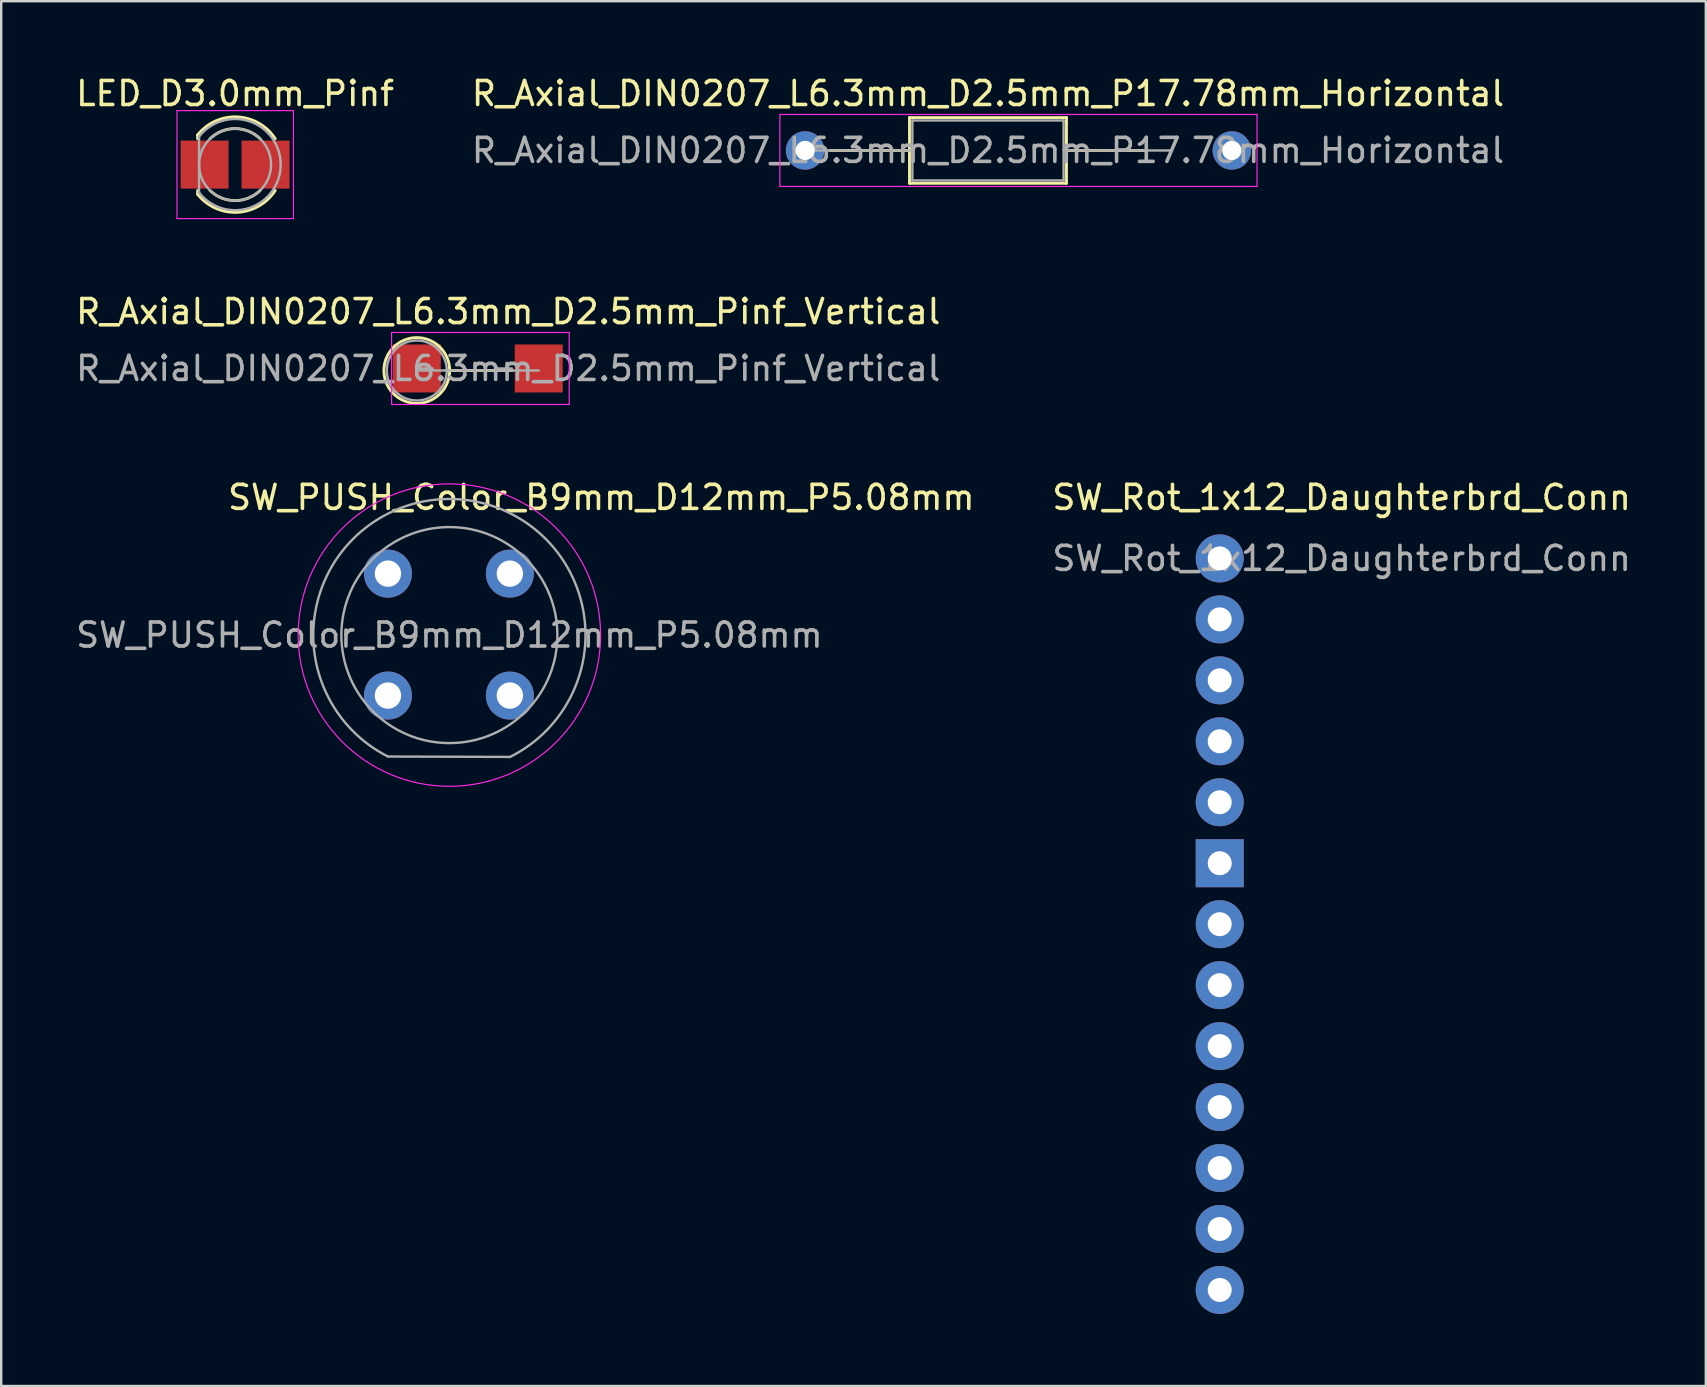
<source format=kicad_pcb>
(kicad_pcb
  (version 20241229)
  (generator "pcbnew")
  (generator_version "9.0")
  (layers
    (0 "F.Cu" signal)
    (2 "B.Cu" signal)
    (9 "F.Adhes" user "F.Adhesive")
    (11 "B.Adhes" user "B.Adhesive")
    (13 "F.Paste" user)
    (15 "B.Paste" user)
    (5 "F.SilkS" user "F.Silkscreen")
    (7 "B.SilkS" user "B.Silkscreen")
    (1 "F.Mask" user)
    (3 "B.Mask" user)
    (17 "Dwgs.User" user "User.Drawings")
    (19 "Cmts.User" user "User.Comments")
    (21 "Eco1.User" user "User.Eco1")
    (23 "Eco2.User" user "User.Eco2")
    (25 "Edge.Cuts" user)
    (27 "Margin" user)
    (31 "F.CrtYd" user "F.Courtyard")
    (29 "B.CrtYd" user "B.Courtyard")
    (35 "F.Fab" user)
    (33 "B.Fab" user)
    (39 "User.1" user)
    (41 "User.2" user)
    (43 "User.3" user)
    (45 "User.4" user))
  (footprint "SW_Rot_1x12_Daughterbrd_Conn"
    (layer "F.Cu")
    (at 47.768 35.455)
    (property "Reference" "SW_Rot_1x12_Daughterbrd_Conn" (at 5.08 -17.78 0) (unlocked yes) (layer "F.SilkS") (effects (font (size 1 1) (thickness 0.15))))
    (attr through_hole)
    (fp_text user "${REFERENCE}" (at 5.08 -15.24 0) (unlocked yes) (layer "F.Fab") (effects (font (size 1 1) (thickness 0.15))))
    (pad "1" thru_hole rect (at 0 -2.54) (size 2 2) (drill 1) (layers "*.Cu" "*.Mask"))
    (pad "2" thru_hole circle (at 0 -5.08) (size 2 2) (drill 1) (layers "*.Cu" "*.Mask"))
    (pad "3" thru_hole circle (at 0 -7.62) (size 2 2) (drill 1) (layers "*.Cu" "*.Mask"))
    (pad "4" thru_hole circle (at 0 -10.16) (size 2 2) (drill 1) (layers "*.Cu" "*.Mask"))
    (pad "5" thru_hole circle (at 0 -12.7) (size 2 2) (drill 1) (layers "*.Cu" "*.Mask"))
    (pad "6" thru_hole circle (at 0 -15.24) (size 2 2) (drill 1) (layers "*.Cu" "*.Mask"))
    (pad "7" thru_hole circle (at 0 15.24) (size 2 2) (drill 1) (layers "*.Cu" "*.Mask"))
    (pad "8" thru_hole circle (at 0 12.7) (size 2 2) (drill 1) (layers "*.Cu" "*.Mask"))
    (pad "9" thru_hole circle (at 0 10.16) (size 2 2) (drill 1) (layers "*.Cu" "*.Mask"))
    (pad "10" thru_hole circle (at 0 7.62) (size 2 2) (drill 1) (layers "*.Cu" "*.Mask"))
    (pad "11" thru_hole circle (at 0 5.08) (size 2 2) (drill 1) (layers "*.Cu" "*.Mask"))
    (pad "12" thru_hole circle (at 0 2.54) (size 2 2) (drill 1) (layers "*.Cu" "*.Mask"))
    (pad "13" thru_hole circle (at 0 0) (size 2 2) (drill 1) (layers "*.Cu" "*.Mask")))
  (footprint "SW_PUSH_Color_B9mm_D12mm_P5.08mm"
    (layer "F.Cu")
    (at 13.113 20.85)
    (property "Reference" "SW_PUSH_Color_B9mm_D12mm_P5.08mm" (at 8.89 -3.175 0) (layer "F.SilkS") (effects (font (size 1 1) (thickness 0.15))))
    (attr through_hole)
    (fp_circle (center 2.56 2.56) (end 8.86 2.56) (stroke (width 0.05) (type solid)) (fill no) (layer "F.CrtYd"))
    (fp_line (start 0 7.62) (end 5.088 7.636) (stroke (width 0.1) (type solid)) (layer "F.Fab"))
    (fp_arc (start 0 7.619999) (mid 2.577903 -3.110703) (end 5.087999 7.636062) (stroke (width 0.1) (type solid)) (layer "F.Fab"))
    (fp_circle (center 2.56 2.56) (end 7.06 2.56) (stroke (width 0.1) (type solid)) (fill no) (layer "F.Fab"))
    (fp_text user "${REFERENCE}" (at 2.56 2.56 0) (layer "F.Fab") (effects (font (size 1 1) (thickness 0.15))))
    (pad "1" thru_hole circle (at 0 0 90) (size 2 2) (drill 1.1) (layers "*.Cu" "*.Mask"))
    (pad "1" thru_hole circle (at 0 5.08 90) (size 2 2) (drill 1.1) (layers "*.Cu" "*.Mask"))
    (pad "2" thru_hole circle (at 5.08 0 90) (size 2 2) (drill 1.1) (layers "*.Cu" "*.Mask"))
    (pad "2" thru_hole circle (at 5.08 5.08 180) (size 2 2) (drill 1.1) (layers "*.Cu" "*.Mask")))
  (footprint "R_Axial_DIN0207_L6.3mm_D2.5mm_P17.78mm_Horizontal"
    (layer "F.Cu")
    (at 30.493 3.218)
    (property "Reference" "R_Axial_DIN0207_L6.3mm_D2.5mm_P17.78mm_Horizontal" (at 7.62 -2.37 0) (layer "F.SilkS") (effects (font (size 1 1) (thickness 0.15))))
    (attr through_hole)
    (fp_line (start 1.04 0) (end 4.35 0) (stroke (width 0.12) (type solid)) (layer "F.SilkS"))
    (fp_line (start 4.35 -1.37) (end 4.35 1.37) (stroke (width 0.12) (type solid)) (layer "F.SilkS"))
    (fp_line (start 4.35 1.37) (end 10.89 1.37) (stroke (width 0.12) (type solid)) (layer "F.SilkS"))
    (fp_line (start 10.89 -1.37) (end 4.35 -1.37) (stroke (width 0.12) (type solid)) (layer "F.SilkS"))
    (fp_line (start 10.89 1.37) (end 10.89 -1.37) (stroke (width 0.12) (type solid)) (layer "F.SilkS"))
    (fp_line (start 14.2 0) (end 10.89 0) (stroke (width 0.12) (type solid)) (layer "F.SilkS"))
    (fp_line (start -1.05 -1.5) (end -1.05 1.5) (stroke (width 0.05) (type solid)) (layer "F.CrtYd"))
    (fp_line (start -1.05 1.5) (end 18.83 1.5) (stroke (width 0.05) (type solid)) (layer "F.CrtYd"))
    (fp_line (start 18.83 -1.5) (end -1.05 -1.5) (stroke (width 0.05) (type solid)) (layer "F.CrtYd"))
    (fp_line (start 18.83 1.5) (end 18.83 -1.5) (stroke (width 0.05) (type solid)) (layer "F.CrtYd"))
    (fp_line (start 0 0) (end 4.47 0) (stroke (width 0.1) (type solid)) (layer "F.Fab"))
    (fp_line (start 4.47 -1.25) (end 4.47 1.25) (stroke (width 0.1) (type solid)) (layer "F.Fab"))
    (fp_line (start 4.47 1.25) (end 10.77 1.25) (stroke (width 0.1) (type solid)) (layer "F.Fab"))
    (fp_line (start 10.77 -1.25) (end 4.47 -1.25) (stroke (width 0.1) (type solid)) (layer "F.Fab"))
    (fp_line (start 10.77 1.25) (end 10.77 -1.25) (stroke (width 0.1) (type solid)) (layer "F.Fab"))
    (fp_line (start 15.24 0) (end 10.77 0) (stroke (width 0.1) (type solid)) (layer "F.Fab"))
    (fp_text user "${REFERENCE}" (at 7.62 0 0) (layer "F.Fab") (effects (font (size 1 1) (thickness 0.15))))
    (pad "1" thru_hole circle (at 0 0) (size 1.6 1.6) (drill 0.8) (layers "*.Cu" "*.Mask"))
    (pad "2" thru_hole oval (at 17.78 0) (size 1.6 1.6) (drill 0.8) (layers "*.Cu" "*.Mask")))
  (footprint "R_Axial_DIN0207_L6.3mm_D2.5mm_Pinf_Vertical"
    (layer "F.Cu")
    (at 14.315 12.302)
    (property "Reference" "R_Axial_DIN0207_L6.3mm_D2.5mm_Pinf_Vertical" (at 3.81 -2.37 0) (layer "F.SilkS") (effects (font (size 1 1) (thickness 0.15))))
    (attr through_hole)
    (fp_line (start 1.37 0.084) (end 3.98 0.084) (stroke (width 0.12) (type solid)) (layer "F.SilkS"))
    (fp_circle (center 0 0.084) (end 1.37 0.084) (stroke (width 0.12) (type solid)) (fill no) (layer "F.SilkS"))
    (fp_line (start -1.05 -1.5) (end -1.05 1.5) (stroke (width 0.05) (type solid)) (layer "F.CrtYd"))
    (fp_line (start -1.05 1.5) (end 6.35 1.5) (stroke (width 0.05) (type solid)) (layer "F.CrtYd"))
    (fp_line (start 6.35 -1.5) (end -1.05 -1.5) (stroke (width 0.05) (type solid)) (layer "F.CrtYd"))
    (fp_line (start 6.35 1.5) (end 6.35 -1.5) (stroke (width 0.05) (type solid)) (layer "F.CrtYd"))
    (fp_line (start 0 0) (end 0.66 0) (stroke (width 0.1) (type solid)) (layer "F.Fab"))
    (fp_line (start 0 0.084) (end 5.08 0.084) (stroke (width 0.1) (type solid)) (layer "F.Fab"))
    (fp_line (start 3.962 0) (end 3.302 0) (stroke (width 0.1) (type solid)) (layer "F.Fab"))
    (fp_circle (center 0 0.084) (end 1.25 0.084) (stroke (width 0.1) (type solid)) (fill no) (layer "F.Fab"))
    (fp_text user "${REFERENCE}" (at 3.81 0 0) (layer "F.Fab") (effects (font (size 1 1) (thickness 0.15))))
    (pad "1" smd rect (at 0 0) (size 2 2) (layers "F.Cu"))
    (pad "2" smd rect (at 5.08 0) (size 2 2) (layers "F.Cu")))
  (footprint "LED_D3.0mm_Pinf"
    (layer "F.Cu")
    (at 5.474 3.808)
    (property "Reference" "LED_D3.0mm_Pinf" (at 1.27 -2.96 0) (layer "F.SilkS") (effects (font (size 1 1) (thickness 0.15))))
    (attr through_hole)
    (fp_line (start -0.29 -1.236) (end -0.29 -1.08) (stroke (width 0.12) (type solid)) (layer "F.SilkS"))
    (fp_line (start -0.29 1.08) (end -0.29 1.236) (stroke (width 0.12) (type solid)) (layer "F.SilkS"))
    (fp_arc (start -0.29 -1.235516) (mid 1.366487 -1.987659) (end 2.942335 -1.078608) (stroke (width 0.12) (type solid)) (layer "F.SilkS"))
    (fp_arc (start 0.229039 -1.08) (mid 1.270117 -1.5) (end 2.31113 -1.079837) (stroke (width 0.12) (type solid)) (layer "F.SilkS"))
    (fp_arc (start 2.31113 1.079837) (mid 1.270117 1.5) (end 0.229039 1.08) (stroke (width 0.12) (type solid)) (layer "F.SilkS"))
    (fp_arc (start 2.942335 1.078608) (mid 1.366487 1.987659) (end -0.29 1.235516) (stroke (width 0.12) (type solid)) (layer "F.SilkS"))
    (fp_line (start -1.15 -2.25) (end -1.15 2.25) (stroke (width 0.05) (type solid)) (layer "F.CrtYd"))
    (fp_line (start -1.15 2.25) (end 3.7 2.25) (stroke (width 0.05) (type solid)) (layer "F.CrtYd"))
    (fp_line (start 3.7 -2.25) (end -1.15 -2.25) (stroke (width 0.05) (type solid)) (layer "F.CrtYd"))
    (fp_line (start 3.7 2.25) (end 3.7 -2.25) (stroke (width 0.05) (type solid)) (layer "F.CrtYd"))
    (fp_line (start -0.23 -1.166) (end -0.23 1.166) (stroke (width 0.1) (type solid)) (layer "F.Fab"))
    (fp_arc (start -0.23 -1.16619) (mid 3.17 0.000452) (end -0.230555 1.165476) (stroke (width 0.1) (type solid)) (layer "F.Fab"))
    (fp_circle (center 1.27 0) (end 2.77 0) (stroke (width 0.1) (type solid)) (fill no) (layer "F.Fab"))
    (pad "1" smd rect (at 0 0) (size 2 2) (layers "F.Cu"))
    (pad "2" smd rect (at 2.54 0) (size 2 2) (layers "F.Cu")))
  (gr_rect
    (start -3 -3)
    (end 68.02 54.695)
    (stroke (width 0.1) (type default))
    (fill no)
    (layer "Edge.Cuts")))
</source>
